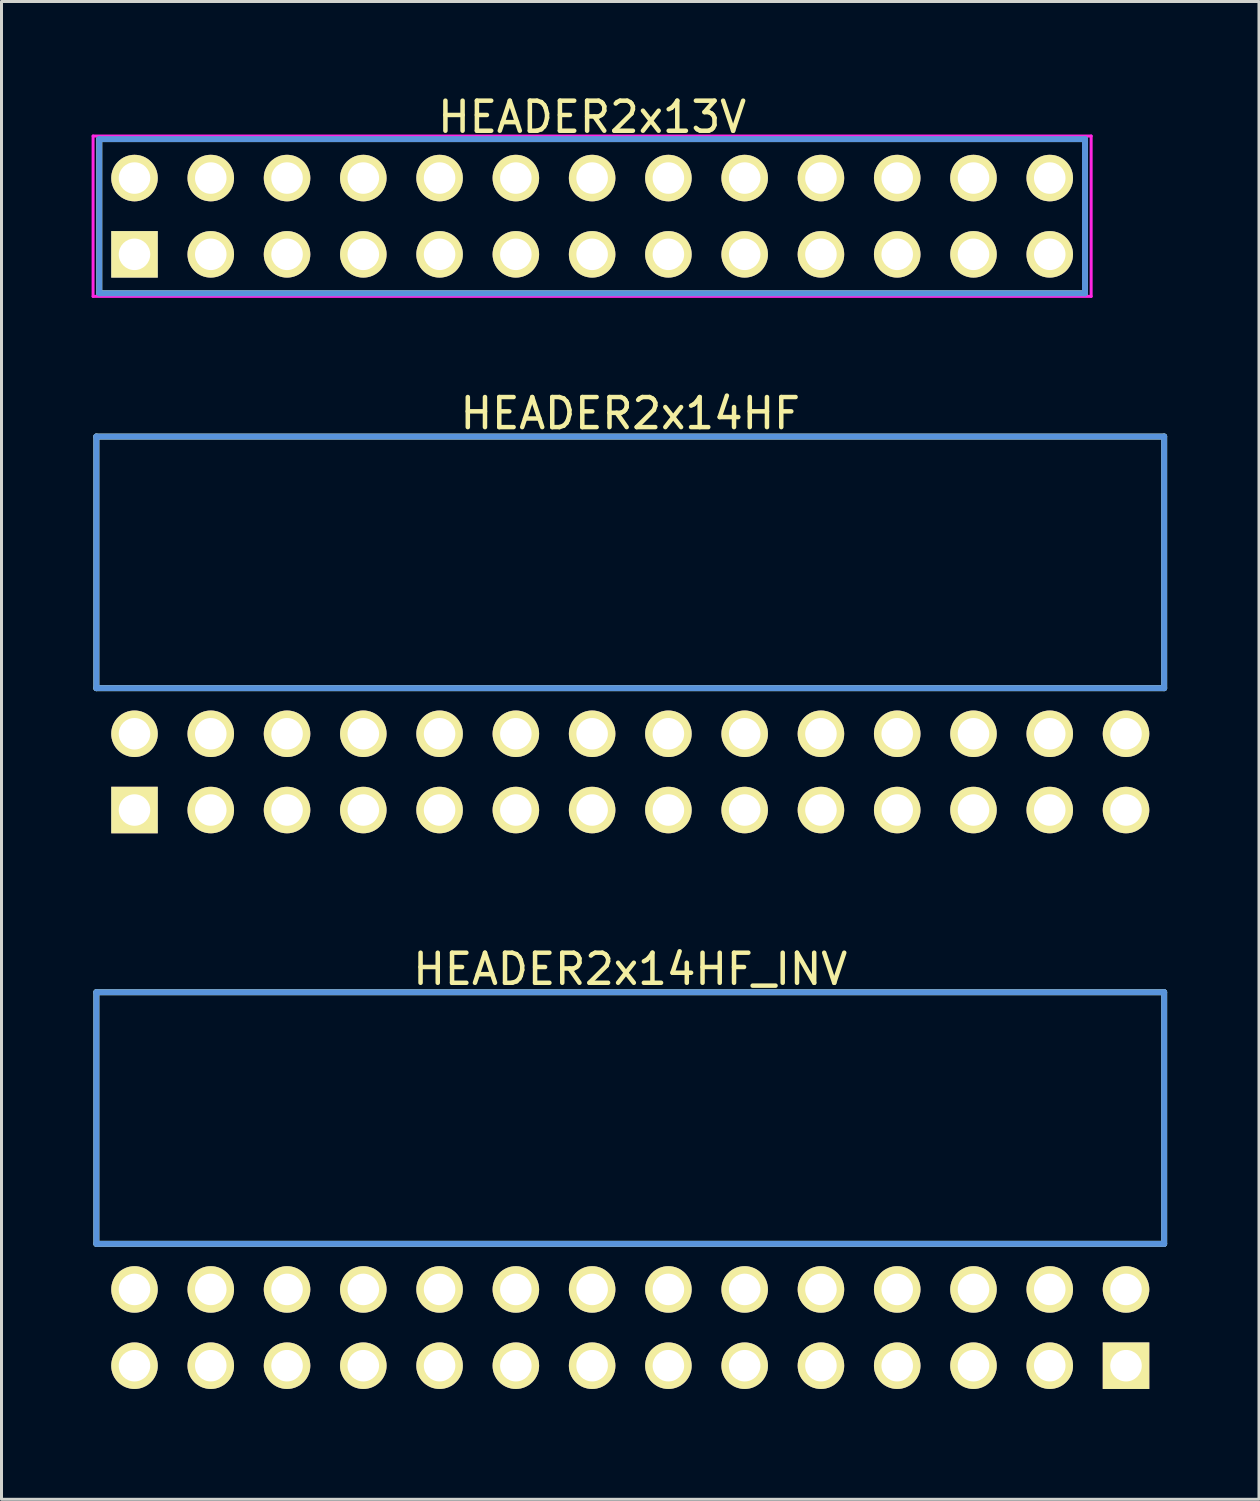
<source format=kicad_pcb>
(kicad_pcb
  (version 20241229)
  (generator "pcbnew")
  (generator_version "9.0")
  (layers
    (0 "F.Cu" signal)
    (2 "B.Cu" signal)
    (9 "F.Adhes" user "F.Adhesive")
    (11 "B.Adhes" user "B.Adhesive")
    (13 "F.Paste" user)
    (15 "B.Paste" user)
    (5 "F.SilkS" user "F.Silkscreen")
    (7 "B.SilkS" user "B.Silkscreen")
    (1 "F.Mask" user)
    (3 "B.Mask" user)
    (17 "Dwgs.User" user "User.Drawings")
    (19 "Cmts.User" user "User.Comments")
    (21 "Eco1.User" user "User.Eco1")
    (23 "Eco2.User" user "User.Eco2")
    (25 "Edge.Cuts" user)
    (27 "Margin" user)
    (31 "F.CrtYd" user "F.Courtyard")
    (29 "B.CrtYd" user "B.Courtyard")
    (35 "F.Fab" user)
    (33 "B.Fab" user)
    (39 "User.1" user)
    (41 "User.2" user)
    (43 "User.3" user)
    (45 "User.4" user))
  (footprint "HEADER2x14HF_INV"
    (layer "F.Cu")
    (at 1.429 42.431)
    (property "Reference" "HEADER2x14HF_INV" (at 16.51 -13.208 0) (layer "F.SilkS") (effects (font (size 1.001 1.001) (thickness 0.15))))
    (attr through_hole)
    (fp_line (start -1.27 -12.438) (end -1.27 -4.059) (stroke (width 0.198) (type solid)) (layer "F.SilkS"))
    (fp_line (start -1.27 -4.059) (end 34.29 -4.059) (stroke (width 0.198) (type solid)) (layer "F.SilkS"))
    (fp_line (start 34.29 -12.438) (end -1.27 -12.438) (stroke (width 0.198) (type solid)) (layer "F.SilkS"))
    (fp_line (start 34.29 -4.059) (end 34.29 -12.438) (stroke (width 0.198) (type solid)) (layer "F.SilkS"))
    (fp_line (start -1.27 -12.438) (end -1.27 -4.059) (stroke (width 0.198) (type solid)) (layer "Cmts.User"))
    (fp_line (start -1.27 -4.059) (end 34.29 -4.059) (stroke (width 0.198) (type solid)) (layer "Cmts.User"))
    (fp_line (start 34.29 -12.438) (end -1.27 -12.438) (stroke (width 0.198) (type solid)) (layer "Cmts.User"))
    (fp_line (start 34.29 -4.059) (end 34.29 -12.438) (stroke (width 0.198) (type solid)) (layer "Cmts.User"))
    (fp_line (start -1.379 -12.54) (end 34.399 -12.54) (stroke (width 0.099) (type solid)) (layer "Eco1.User"))
    (fp_line (start -1.379 1.4) (end -1.379 -12.54) (stroke (width 0.099) (type solid)) (layer "Eco1.User"))
    (fp_line (start 34.399 -12.54) (end 34.399 1.4) (stroke (width 0.099) (type solid)) (layer "Eco1.User"))
    (fp_line (start 34.399 1.4) (end -1.379 1.4) (stroke (width 0.099) (type solid)) (layer "Eco1.User"))
    (pad "1" thru_hole rect (at 33.02 0) (size 1.549 1.549) (drill 1.049) (layers "*.Cu" "*.Mask" "F.SilkS"))
    (pad "2" thru_hole circle (at 33.02 -2.54) (size 1.549 1.549) (drill 1.049) (layers "*.Cu" "*.Mask" "F.SilkS"))
    (pad "3" thru_hole circle (at 30.48 0) (size 1.549 1.549) (drill 1.049) (layers "*.Cu" "*.Mask" "F.SilkS"))
    (pad "4" thru_hole circle (at 30.48 -2.54) (size 1.549 1.549) (drill 1.049) (layers "*.Cu" "*.Mask" "F.SilkS"))
    (pad "5" thru_hole circle (at 27.94 0) (size 1.549 1.549) (drill 1.049) (layers "*.Cu" "*.Mask" "F.SilkS"))
    (pad "6" thru_hole circle (at 27.94 -2.54) (size 1.549 1.549) (drill 1.049) (layers "*.Cu" "*.Mask" "F.SilkS"))
    (pad "7" thru_hole circle (at 25.4 0) (size 1.549 1.549) (drill 1.049) (layers "*.Cu" "*.Mask" "F.SilkS"))
    (pad "8" thru_hole circle (at 25.4 -2.54) (size 1.549 1.549) (drill 1.049) (layers "*.Cu" "*.Mask" "F.SilkS"))
    (pad "9" thru_hole circle (at 22.86 0) (size 1.549 1.549) (drill 1.049) (layers "*.Cu" "*.Mask" "F.SilkS"))
    (pad "10" thru_hole circle (at 22.86 -2.54) (size 1.549 1.549) (drill 1.049) (layers "*.Cu" "*.Mask" "F.SilkS"))
    (pad "11" thru_hole circle (at 20.32 0) (size 1.549 1.549) (drill 1.049) (layers "*.Cu" "*.Mask" "F.SilkS"))
    (pad "12" thru_hole circle (at 20.32 -2.54) (size 1.549 1.549) (drill 1.049) (layers "*.Cu" "*.Mask" "F.SilkS"))
    (pad "13" thru_hole circle (at 17.78 0) (size 1.549 1.549) (drill 1.049) (layers "*.Cu" "*.Mask" "F.SilkS"))
    (pad "14" thru_hole circle (at 17.78 -2.54) (size 1.549 1.549) (drill 1.049) (layers "*.Cu" "*.Mask" "F.SilkS"))
    (pad "15" thru_hole circle (at 15.24 0) (size 1.549 1.549) (drill 1.049) (layers "*.Cu" "*.Mask" "F.SilkS"))
    (pad "16" thru_hole circle (at 15.24 -2.54) (size 1.549 1.549) (drill 1.049) (layers "*.Cu" "*.Mask" "F.SilkS"))
    (pad "17" thru_hole circle (at 12.7 0) (size 1.549 1.549) (drill 1.049) (layers "*.Cu" "*.Mask" "F.SilkS"))
    (pad "18" thru_hole circle (at 12.7 -2.54) (size 1.549 1.549) (drill 1.049) (layers "*.Cu" "*.Mask" "F.SilkS"))
    (pad "19" thru_hole circle (at 10.16 0) (size 1.549 1.549) (drill 1.049) (layers "*.Cu" "*.Mask" "F.SilkS"))
    (pad "20" thru_hole circle (at 10.16 -2.54) (size 1.549 1.549) (drill 1.049) (layers "*.Cu" "*.Mask" "F.SilkS"))
    (pad "21" thru_hole circle (at 7.62 0) (size 1.549 1.549) (drill 1.049) (layers "*.Cu" "*.Mask" "F.SilkS"))
    (pad "22" thru_hole circle (at 7.62 -2.54) (size 1.549 1.549) (drill 1.049) (layers "*.Cu" "*.Mask" "F.SilkS"))
    (pad "23" thru_hole circle (at 5.08 0) (size 1.549 1.549) (drill 1.049) (layers "*.Cu" "*.Mask" "F.SilkS"))
    (pad "24" thru_hole circle (at 5.08 -2.54) (size 1.549 1.549) (drill 1.049) (layers "*.Cu" "*.Mask" "F.SilkS"))
    (pad "25" thru_hole circle (at 2.54 0) (size 1.549 1.549) (drill 1.049) (layers "*.Cu" "*.Mask" "F.SilkS"))
    (pad "26" thru_hole circle (at 2.54 -2.54) (size 1.549 1.549) (drill 1.049) (layers "*.Cu" "*.Mask" "F.SilkS"))
    (pad "27" thru_hole circle (at 0 0) (size 1.549 1.549) (drill 1.049) (layers "*.Cu" "*.Mask" "F.SilkS"))
    (pad "28" thru_hole circle (at 0 -2.54) (size 1.549 1.549) (drill 1.049) (layers "*.Cu" "*.Mask" "F.SilkS")))
  (footprint "HEADER2x14HF"
    (layer "F.Cu")
    (at 1.429 23.926)
    (property "Reference" "HEADER2x14HF" (at 16.51 -13.208 0) (layer "F.SilkS") (effects (font (size 1.001 1.001) (thickness 0.15))))
    (attr through_hole)
    (fp_line (start -1.27 -12.438) (end -1.27 -4.059) (stroke (width 0.198) (type solid)) (layer "F.SilkS"))
    (fp_line (start -1.27 -4.059) (end 34.29 -4.059) (stroke (width 0.198) (type solid)) (layer "F.SilkS"))
    (fp_line (start 34.29 -12.438) (end -1.27 -12.438) (stroke (width 0.198) (type solid)) (layer "F.SilkS"))
    (fp_line (start 34.29 -4.059) (end 34.29 -12.438) (stroke (width 0.198) (type solid)) (layer "F.SilkS"))
    (fp_line (start -1.27 -12.438) (end -1.27 -4.059) (stroke (width 0.198) (type solid)) (layer "Cmts.User"))
    (fp_line (start -1.27 -4.059) (end 34.29 -4.059) (stroke (width 0.198) (type solid)) (layer "Cmts.User"))
    (fp_line (start 34.29 -12.438) (end -1.27 -12.438) (stroke (width 0.198) (type solid)) (layer "Cmts.User"))
    (fp_line (start 34.29 -4.059) (end 34.29 -12.438) (stroke (width 0.198) (type solid)) (layer "Cmts.User"))
    (fp_line (start -1.379 -12.54) (end 34.399 -12.54) (stroke (width 0.099) (type solid)) (layer "Eco1.User"))
    (fp_line (start -1.379 1.4) (end -1.379 -12.54) (stroke (width 0.099) (type solid)) (layer "Eco1.User"))
    (fp_line (start 34.399 -12.54) (end 34.399 1.4) (stroke (width 0.099) (type solid)) (layer "Eco1.User"))
    (fp_line (start 34.399 1.4) (end -1.379 1.4) (stroke (width 0.099) (type solid)) (layer "Eco1.User"))
    (pad "1" thru_hole rect (at 0 0) (size 1.549 1.549) (drill 1.049) (layers "*.Cu" "*.Mask" "F.SilkS"))
    (pad "2" thru_hole circle (at 0 -2.54) (size 1.549 1.549) (drill 1.049) (layers "*.Cu" "*.Mask" "F.SilkS"))
    (pad "3" thru_hole circle (at 2.54 0) (size 1.549 1.549) (drill 1.049) (layers "*.Cu" "*.Mask" "F.SilkS"))
    (pad "4" thru_hole circle (at 2.54 -2.54) (size 1.549 1.549) (drill 1.049) (layers "*.Cu" "*.Mask" "F.SilkS"))
    (pad "5" thru_hole circle (at 5.08 0) (size 1.549 1.549) (drill 1.049) (layers "*.Cu" "*.Mask" "F.SilkS"))
    (pad "6" thru_hole circle (at 5.08 -2.54) (size 1.549 1.549) (drill 1.049) (layers "*.Cu" "*.Mask" "F.SilkS"))
    (pad "7" thru_hole circle (at 7.62 0) (size 1.549 1.549) (drill 1.049) (layers "*.Cu" "*.Mask" "F.SilkS"))
    (pad "8" thru_hole circle (at 7.62 -2.54) (size 1.549 1.549) (drill 1.049) (layers "*.Cu" "*.Mask" "F.SilkS"))
    (pad "9" thru_hole circle (at 10.16 0) (size 1.549 1.549) (drill 1.049) (layers "*.Cu" "*.Mask" "F.SilkS"))
    (pad "10" thru_hole circle (at 10.16 -2.54) (size 1.549 1.549) (drill 1.049) (layers "*.Cu" "*.Mask" "F.SilkS"))
    (pad "11" thru_hole circle (at 12.7 0) (size 1.549 1.549) (drill 1.049) (layers "*.Cu" "*.Mask" "F.SilkS"))
    (pad "12" thru_hole circle (at 12.7 -2.54) (size 1.549 1.549) (drill 1.049) (layers "*.Cu" "*.Mask" "F.SilkS"))
    (pad "13" thru_hole circle (at 15.24 0) (size 1.549 1.549) (drill 1.049) (layers "*.Cu" "*.Mask" "F.SilkS"))
    (pad "14" thru_hole circle (at 15.24 -2.54) (size 1.549 1.549) (drill 1.049) (layers "*.Cu" "*.Mask" "F.SilkS"))
    (pad "15" thru_hole circle (at 17.78 0) (size 1.549 1.549) (drill 1.049) (layers "*.Cu" "*.Mask" "F.SilkS"))
    (pad "16" thru_hole circle (at 17.78 -2.54) (size 1.549 1.549) (drill 1.049) (layers "*.Cu" "*.Mask" "F.SilkS"))
    (pad "17" thru_hole circle (at 20.32 0) (size 1.549 1.549) (drill 1.049) (layers "*.Cu" "*.Mask" "F.SilkS"))
    (pad "18" thru_hole circle (at 20.32 -2.54) (size 1.549 1.549) (drill 1.049) (layers "*.Cu" "*.Mask" "F.SilkS"))
    (pad "19" thru_hole circle (at 22.86 0) (size 1.549 1.549) (drill 1.049) (layers "*.Cu" "*.Mask" "F.SilkS"))
    (pad "20" thru_hole circle (at 22.86 -2.54) (size 1.549 1.549) (drill 1.049) (layers "*.Cu" "*.Mask" "F.SilkS"))
    (pad "21" thru_hole circle (at 25.4 0) (size 1.549 1.549) (drill 1.049) (layers "*.Cu" "*.Mask" "F.SilkS"))
    (pad "22" thru_hole circle (at 25.4 -2.54) (size 1.549 1.549) (drill 1.049) (layers "*.Cu" "*.Mask" "F.SilkS"))
    (pad "23" thru_hole circle (at 27.94 0) (size 1.549 1.549) (drill 1.049) (layers "*.Cu" "*.Mask" "F.SilkS"))
    (pad "24" thru_hole circle (at 27.94 -2.54) (size 1.549 1.549) (drill 1.049) (layers "*.Cu" "*.Mask" "F.SilkS"))
    (pad "25" thru_hole circle (at 30.48 0) (size 1.549 1.549) (drill 1.049) (layers "*.Cu" "*.Mask" "F.SilkS"))
    (pad "26" thru_hole circle (at 30.48 -2.54) (size 1.549 1.549) (drill 1.049) (layers "*.Cu" "*.Mask" "F.SilkS"))
    (pad "27" thru_hole circle (at 33.02 0) (size 1.549 1.549) (drill 1.049) (layers "*.Cu" "*.Mask" "F.SilkS"))
    (pad "28" thru_hole circle (at 33.02 -2.54) (size 1.549 1.549) (drill 1.049) (layers "*.Cu" "*.Mask" "F.SilkS")))
  (footprint "HEADER2x13V"
    (layer "F.Cu")
    (at 1.429 5.42)
    (property "Reference" "HEADER2x13V" (at 15.24 -4.572 0) (layer "F.SilkS") (effects (font (size 1.001 1.001) (thickness 0.15))))
    (attr through_hole)
    (fp_line (start -1.173 -3.838) (end -1.173 1.298) (stroke (width 0.198) (type solid)) (layer "F.SilkS"))
    (fp_line (start -1.173 1.298) (end 31.653 1.298) (stroke (width 0.198) (type solid)) (layer "F.SilkS"))
    (fp_line (start 31.653 -3.838) (end -1.173 -3.838) (stroke (width 0.198) (type solid)) (layer "F.SilkS"))
    (fp_line (start 31.653 1.298) (end 31.653 -3.838) (stroke (width 0.198) (type solid)) (layer "F.SilkS"))
    (fp_line (start -1.173 -3.838) (end -1.173 1.298) (stroke (width 0.198) (type solid)) (layer "Cmts.User"))
    (fp_line (start -1.173 1.298) (end 31.653 1.298) (stroke (width 0.198) (type solid)) (layer "Cmts.User"))
    (fp_line (start 31.653 -3.838) (end -1.173 -3.838) (stroke (width 0.198) (type solid)) (layer "Cmts.User"))
    (fp_line (start 31.653 1.298) (end 31.653 -3.838) (stroke (width 0.198) (type solid)) (layer "Cmts.User"))
    (fp_line (start -1.379 -3.94) (end -1.379 1.4) (stroke (width 0.099) (type solid)) (layer "F.CrtYd"))
    (fp_line (start -1.379 1.4) (end 31.859 1.4) (stroke (width 0.099) (type solid)) (layer "F.CrtYd"))
    (fp_line (start 31.859 -3.94) (end -1.379 -3.94) (stroke (width 0.099) (type solid)) (layer "F.CrtYd"))
    (fp_line (start 31.859 1.4) (end 31.859 -3.94) (stroke (width 0.099) (type solid)) (layer "F.CrtYd"))
    (pad "1" thru_hole rect (at 0 0) (size 1.549 1.549) (drill 1.049) (layers "*.Cu" "*.Mask" "F.SilkS"))
    (pad "2" thru_hole circle (at 0 -2.54) (size 1.549 1.549) (drill 1.049) (layers "*.Cu" "*.Mask" "F.SilkS"))
    (pad "3" thru_hole circle (at 2.54 0) (size 1.549 1.549) (drill 1.049) (layers "*.Cu" "*.Mask" "F.SilkS"))
    (pad "4" thru_hole circle (at 2.54 -2.54) (size 1.549 1.549) (drill 1.049) (layers "*.Cu" "*.Mask" "F.SilkS"))
    (pad "5" thru_hole circle (at 5.08 0) (size 1.549 1.549) (drill 1.049) (layers "*.Cu" "*.Mask" "F.SilkS"))
    (pad "6" thru_hole circle (at 5.08 -2.54) (size 1.549 1.549) (drill 1.049) (layers "*.Cu" "*.Mask" "F.SilkS"))
    (pad "7" thru_hole circle (at 7.62 0) (size 1.549 1.549) (drill 1.049) (layers "*.Cu" "*.Mask" "F.SilkS"))
    (pad "8" thru_hole circle (at 7.62 -2.54) (size 1.549 1.549) (drill 1.049) (layers "*.Cu" "*.Mask" "F.SilkS"))
    (pad "9" thru_hole circle (at 10.16 0) (size 1.549 1.549) (drill 1.049) (layers "*.Cu" "*.Mask" "F.SilkS"))
    (pad "10" thru_hole circle (at 10.16 -2.54) (size 1.549 1.549) (drill 1.049) (layers "*.Cu" "*.Mask" "F.SilkS"))
    (pad "11" thru_hole circle (at 12.7 0) (size 1.549 1.549) (drill 1.049) (layers "*.Cu" "*.Mask" "F.SilkS"))
    (pad "12" thru_hole circle (at 12.7 -2.54) (size 1.549 1.549) (drill 1.049) (layers "*.Cu" "*.Mask" "F.SilkS"))
    (pad "13" thru_hole circle (at 15.24 0) (size 1.549 1.549) (drill 1.049) (layers "*.Cu" "*.Mask" "F.SilkS"))
    (pad "14" thru_hole circle (at 15.24 -2.54) (size 1.549 1.549) (drill 1.049) (layers "*.Cu" "*.Mask" "F.SilkS"))
    (pad "15" thru_hole circle (at 17.78 0) (size 1.549 1.549) (drill 1.049) (layers "*.Cu" "*.Mask" "F.SilkS"))
    (pad "16" thru_hole circle (at 17.78 -2.54) (size 1.549 1.549) (drill 1.049) (layers "*.Cu" "*.Mask" "F.SilkS"))
    (pad "17" thru_hole circle (at 20.32 0) (size 1.549 1.549) (drill 1.049) (layers "*.Cu" "*.Mask" "F.SilkS"))
    (pad "18" thru_hole circle (at 20.32 -2.54) (size 1.549 1.549) (drill 1.049) (layers "*.Cu" "*.Mask" "F.SilkS"))
    (pad "19" thru_hole circle (at 22.86 0) (size 1.549 1.549) (drill 1.049) (layers "*.Cu" "*.Mask" "F.SilkS"))
    (pad "20" thru_hole circle (at 22.86 -2.54) (size 1.549 1.549) (drill 1.049) (layers "*.Cu" "*.Mask" "F.SilkS"))
    (pad "21" thru_hole circle (at 25.4 0) (size 1.549 1.549) (drill 1.049) (layers "*.Cu" "*.Mask" "F.SilkS"))
    (pad "22" thru_hole circle (at 25.4 -2.54) (size 1.549 1.549) (drill 1.049) (layers "*.Cu" "*.Mask" "F.SilkS"))
    (pad "23" thru_hole circle (at 27.94 0) (size 1.549 1.549) (drill 1.049) (layers "*.Cu" "*.Mask" "F.SilkS"))
    (pad "24" thru_hole circle (at 27.94 -2.54) (size 1.549 1.549) (drill 1.049) (layers "*.Cu" "*.Mask" "F.SilkS"))
    (pad "25" thru_hole circle (at 30.48 0) (size 1.549 1.549) (drill 1.049) (layers "*.Cu" "*.Mask" "F.SilkS"))
    (pad "26" thru_hole circle (at 30.48 -2.54) (size 1.549 1.549) (drill 1.049) (layers "*.Cu" "*.Mask" "F.SilkS")))
  (gr_rect
    (start -3 -3)
    (end 38.877 46.881)
    (stroke (width 0.1) (type default))
    (fill no)
    (layer "Edge.Cuts")))
</source>
